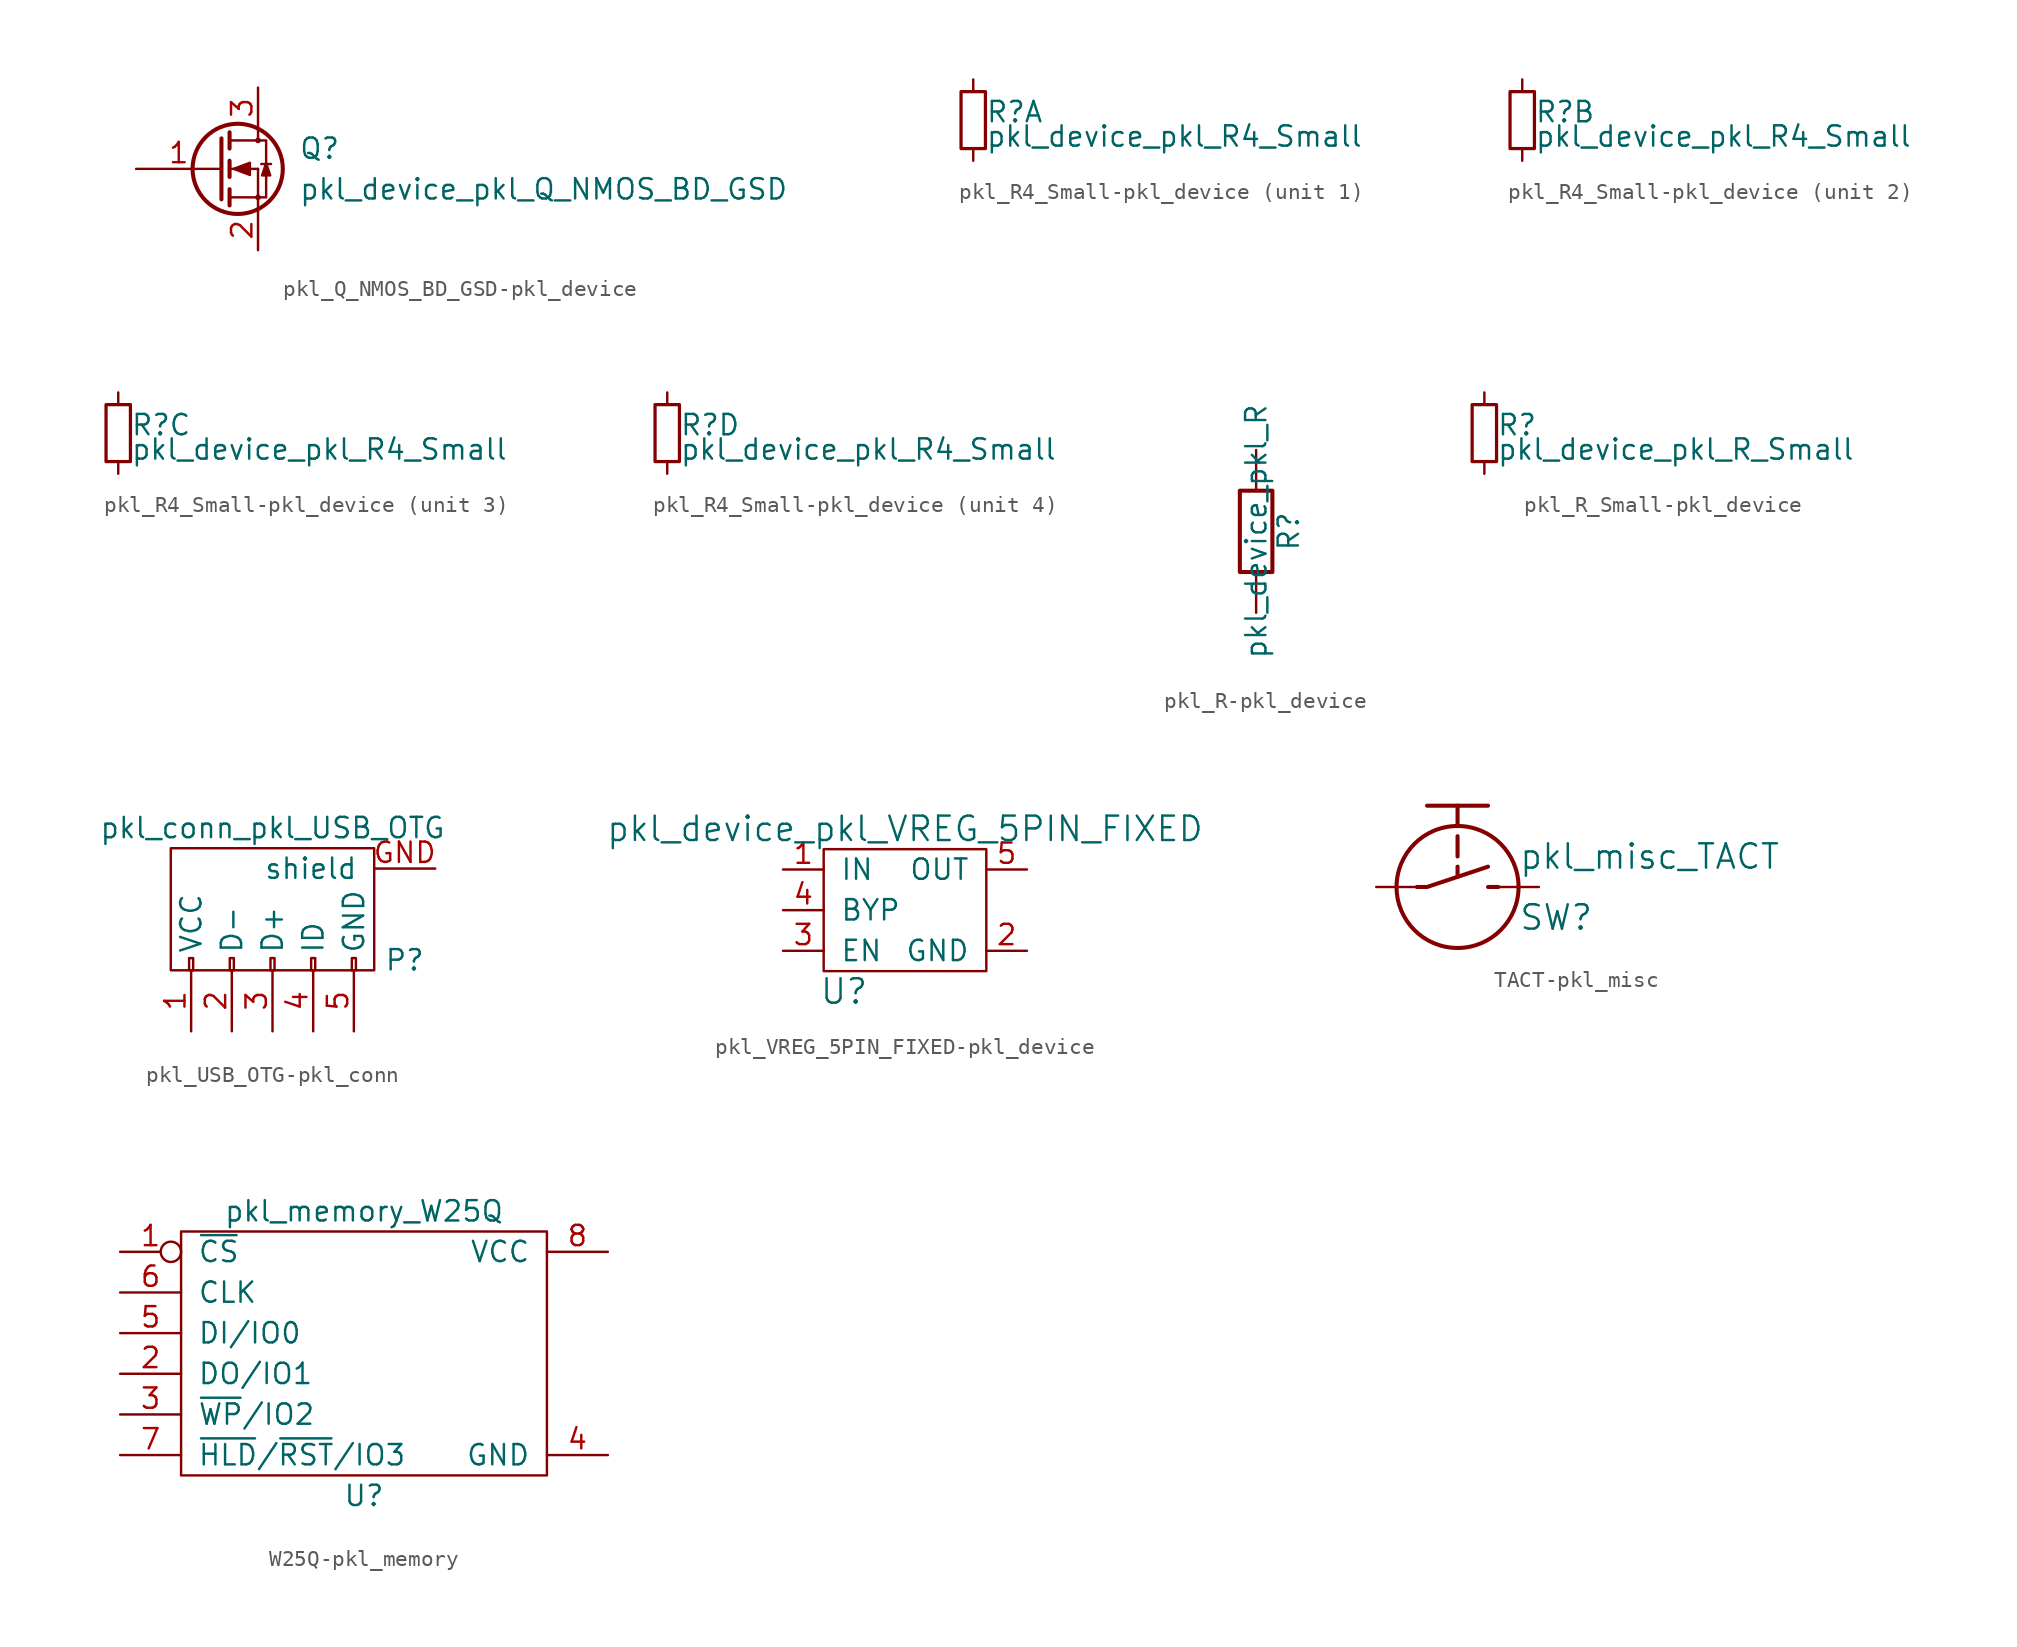
<source format=kicad_sym>
(kicad_symbol_lib
  (version 20231120)
  (generator "kicad_symbol_editor")
  (generator_version "8.0")
  (symbol "pkl_Q_NMOS_BD_GSD-pkl_device"
    (pin_names
      (offset 0) hide)
    (property "Reference" "Q"
      (at 5.08 1.27 0)
      (effects (font (size 1.27 1.27)) (justify left)))
    (property "Value" "pkl_device_pkl_Q_NMOS_BD_GSD"
      (at 5.08 -1.27 0)
      (effects (font (size 1.27 1.27)) (justify left)))
    (property "Footprint" ""
      (at 5.08 2.54 0)
      (effects (font (size 0.737 0.737))))
    (property "Datasheet" ""
      (at 0 0 0)
      (effects (font (size 1.524 1.524))))
    (symbol "pkl_Q_NMOS_BD_GSD-pkl_device_0_1"
      (polyline (pts (xy 0.762 -1.778) (xy 2.54 -1.778)) (stroke (width 0) (type solid)) (fill (type none)))
      (polyline (pts (xy 0.762 -1.27) (xy 0.762 -2.286)) (stroke (width 0.254) (type solid)) (fill (type none)))
      (polyline (pts (xy 0.762 0) (xy 2.54 0)) (stroke (width 0) (type solid)) (fill (type none)))
      (polyline (pts (xy 0.762 0.508) (xy 0.762 -0.508)) (stroke (width 0.254) (type solid)) (fill (type none)))
      (polyline (pts (xy 0.762 1.778) (xy 2.54 1.778)) (stroke (width 0) (type solid)) (fill (type none)))
      (polyline (pts (xy 0.762 2.286) (xy 0.762 1.27)) (stroke (width 0.254) (type solid)) (fill (type none)))
      (polyline (pts (xy 2.54 -1.778) (xy 2.54 -2.54)) (stroke (width 0) (type solid)) (fill (type none)))
      (polyline (pts (xy 2.54 -1.778) (xy 2.54 0)) (stroke (width 0) (type solid)) (fill (type none)))
      (polyline (pts (xy 2.54 2.54) (xy 2.54 1.778)) (stroke (width 0) (type solid)) (fill (type none)))
      (polyline (pts (xy 2.743 0.305) (xy 3.353 0.305)) (stroke (width 0) (type solid)) (fill (type none)))
      (polyline (pts (xy 0.254 1.905) (xy 0.254 -1.905) (xy 0.254 -1.905)) (stroke (width 0.254) (type solid)) (fill (type none)))
      (polyline (pts (xy 1.016 0) (xy 2.032 0.381) (xy 2.032 -0.381) (xy 1.016 0)) (stroke (width 0) (type solid)) (fill (type outline)))
      (polyline (pts (xy 2.54 -1.778) (xy 3.048 -1.778) (xy 3.048 1.778) (xy 2.54 1.778)) (stroke (width 0) (type solid)) (fill (type none)))
      (polyline (pts (xy 2.794 -0.406) (xy 3.302 -0.406) (xy 3.048 0.356) (xy 2.794 -0.406)) (stroke (width 0) (type solid)) (fill (type outline)))
      (circle (center 1.27 0) (radius 2.819) (stroke (width 0.254) (type solid)) (fill (type none)))
      (circle (center 2.54 -1.778) (radius 0.102) (stroke (width 0) (type solid)) (fill (type none)))
      (circle (center 2.54 1.778) (radius 0.102) (stroke (width 0) (type solid)) (fill (type none))))
    (symbol "pkl_Q_NMOS_BD_GSD-pkl_device_1_1"
      (pin input line (at -5.08 0 0) (length 5.334) (name "G" (effects (font (size 1.27 1.27)))) (number "1" (effects (font (size 1.27 1.27)))))
      (pin open_emitter line (at 2.54 -5.08 90) (length 2.54) (name "S" (effects (font (size 1.27 1.27)))) (number "2" (effects (font (size 1.27 1.27)))))
      (pin open_collector line (at 2.54 5.08 270) (length 2.54) (name "D" (effects (font (size 1.27 1.27)))) (number "3" (effects (font (size 1.27 1.27)))))))
  (symbol "pkl_R4_Small-pkl_device"
    (pin_numbers hide)
    (pin_names
      (offset 0.254) hide)
    (property "Reference" "R"
      (at 0.762 0.508 0)
      (effects (font (size 1.27 1.27)) (justify left)))
    (property "Value" "pkl_device_pkl_R4_Small"
      (at 0.762 -1.016 0)
      (effects (font (size 1.27 1.27)) (justify left)))
    (property "Footprint" ""
      (at 0 0 0)
      (effects (font (size 1.524 1.524))))
    (property "Datasheet" ""
      (at 0 0 0)
      (effects (font (size 1.524 1.524))))
    (symbol "pkl_R4_Small-pkl_device_0_1"
      (rectangle (start -0.762 1.778) (end 0.762 -1.778) (stroke (width 0.203) (type solid)) (fill (type none))))
    (symbol "pkl_R4_Small-pkl_device_1_1"
      (pin passive line (at 0 2.54 270) (length 0.762) (name "~" (effects (font (size 1.016 1.016)))) (number "1" (effects (font (size 1.016 1.016)))))
      (pin passive line (at 0 -2.54 90) (length 0.762) (name "~" (effects (font (size 1.016 1.016)))) (number "2" (effects (font (size 1.016 1.016))))))
    (symbol "pkl_R4_Small-pkl_device_2_1"
      (pin passive line (at 0 2.54 270) (length 0.762) (name "~" (effects (font (size 1.016 1.016)))) (number "3" (effects (font (size 1.016 1.016)))))
      (pin passive line (at 0 -2.54 90) (length 0.762) (name "~" (effects (font (size 1.016 1.016)))) (number "4" (effects (font (size 1.016 1.016))))))
    (symbol "pkl_R4_Small-pkl_device_3_1"
      (pin passive line (at 0 2.54 270) (length 0.762) (name "~" (effects (font (size 1.016 1.016)))) (number "5" (effects (font (size 1.016 1.016)))))
      (pin passive line (at 0 -2.54 90) (length 0.762) (name "~" (effects (font (size 1.016 1.016)))) (number "6" (effects (font (size 1.016 1.016))))))
    (symbol "pkl_R4_Small-pkl_device_4_1"
      (pin passive line (at 0 2.54 270) (length 0.762) (name "~" (effects (font (size 1.016 1.016)))) (number "7" (effects (font (size 1.016 1.016)))))
      (pin passive line (at 0 -2.54 90) (length 0.762) (name "~" (effects (font (size 1.016 1.016)))) (number "8" (effects (font (size 1.016 1.016)))))))
  (symbol "pkl_R-pkl_device"
    (pin_numbers hide)
    (pin_names
      (offset 0))
    (property "Reference" "R"
      (at 2.032 0 90)
      (effects (font (size 1.27 1.27))))
    (property "Value" "pkl_device_pkl_R"
      (at 0 0 90)
      (effects (font (size 1.27 1.27))))
    (property "Footprint" ""
      (at -1.778 0 90)
      (effects (font (size 0.762 0.762))))
    (property "Datasheet" ""
      (at 0 0 0)
      (effects (font (size 0.762 0.762))))
    (symbol "pkl_R-pkl_device_0_1"
      (rectangle (start -1.016 -2.54) (end 1.016 2.54) (stroke (width 0.254) (type solid)) (fill (type none))))
    (symbol "pkl_R-pkl_device_1_1"
      (pin passive line (at 0 5.08 270) (length 2.54) (name "~" (effects (font (size 1.524 1.524)))) (number "1" (effects (font (size 1.524 1.524)))))
      (pin passive line (at 0 -5.08 90) (length 2.54) (name "~" (effects (font (size 1.524 1.524)))) (number "2" (effects (font (size 1.524 1.524)))))))
  (symbol "pkl_R_Small-pkl_device"
    (pin_numbers hide)
    (pin_names
      (offset 0.254) hide)
    (property "Reference" "R"
      (at 0.762 0.508 0)
      (effects (font (size 1.27 1.27)) (justify left)))
    (property "Value" "pkl_device_pkl_R_Small"
      (at 0.762 -1.016 0)
      (effects (font (size 1.27 1.27)) (justify left)))
    (property "Footprint" ""
      (at 0 0 0)
      (effects (font (size 1.524 1.524))))
    (property "Datasheet" ""
      (at 0 0 0)
      (effects (font (size 1.524 1.524))))
    (symbol "pkl_R_Small-pkl_device_0_1"
      (rectangle (start -0.762 1.778) (end 0.762 -1.778) (stroke (width 0.203) (type solid)) (fill (type none))))
    (symbol "pkl_R_Small-pkl_device_1_1"
      (pin passive line (at 0 2.54 270) (length 0.762) (name "~" (effects (font (size 1.016 1.016)))) (number "1" (effects (font (size 1.016 1.016)))))
      (pin passive line (at 0 -2.54 90) (length 0.762) (name "~" (effects (font (size 1.016 1.016)))) (number "2" (effects (font (size 1.016 1.016)))))))
  (symbol "pkl_USB_OTG-pkl_conn"
    (pin_names
      (offset 1.016))
    (property "Reference" "P"
      (at 8.255 -3.175 0)
      (effects (font (size 1.27 1.27))))
    (property "Value" "pkl_conn_pkl_USB_OTG"
      (at 0 5.08 0)
      (effects (font (size 1.27 1.27))))
    (property "Footprint" ""
      (at -1.27 -2.54 90)
      (effects (font (size 1.524 1.524))))
    (property "Datasheet" ""
      (at -1.27 -2.54 90)
      (effects (font (size 1.524 1.524))))
    (symbol "pkl_USB_OTG-pkl_conn_0_1"
      (rectangle (start -6.35 -3.81) (end 6.35 3.81) (stroke (width 0) (type solid)) (fill (type none)))
      (rectangle (start -5.207 -3.81) (end -4.953 -3.048) (stroke (width 0) (type solid)) (fill (type none)))
      (rectangle (start -2.667 -3.81) (end -2.413 -3.048) (stroke (width 0) (type solid)) (fill (type none)))
      (rectangle (start -0.127 -3.81) (end 0.127 -3.048) (stroke (width 0) (type solid)) (fill (type none)))
      (rectangle (start 2.413 -3.81) (end 2.667 -3.048) (stroke (width 0) (type solid)) (fill (type none)))
      (rectangle (start 4.953 -3.81) (end 5.207 -3.048) (stroke (width 0) (type solid)) (fill (type none))))
    (symbol "pkl_USB_OTG-pkl_conn_1_1"
      (pin power_out line (at -5.08 -7.62 90) (length 3.81) (name "VCC" (effects (font (size 1.27 1.27)))) (number "1" (effects (font (size 1.27 1.27)))))
      (pin passive line (at -2.54 -7.62 90) (length 3.81) (name "D-" (effects (font (size 1.27 1.27)))) (number "2" (effects (font (size 1.27 1.27)))))
      (pin passive line (at 0 -7.62 90) (length 3.81) (name "D+" (effects (font (size 1.27 1.27)))) (number "3" (effects (font (size 1.27 1.27)))))
      (pin power_in line (at 2.54 -7.62 90) (length 3.81) (name "ID" (effects (font (size 1.27 1.27)))) (number "4" (effects (font (size 1.27 1.27)))))
      (pin power_in line (at 5.08 -7.62 90) (length 3.81) (name "GND" (effects (font (size 1.27 1.27)))) (number "5" (effects (font (size 1.27 1.27)))))
      (pin passive line (at 10.16 2.54 180) (length 3.81) (name "shield" (effects (font (size 1.27 1.27)))) (number "GND" (effects (font (size 1.27 1.27)))))))
  (symbol "pkl_VREG_5PIN_FIXED-pkl_device"
    (pin_names
      (offset 1.016))
    (property "Reference" "U"
      (at -3.81 -5.08 0)
      (effects (font (size 1.524 1.524))))
    (property "Value" "pkl_device_pkl_VREG_5PIN_FIXED"
      (at 0 5.08 0)
      (effects (font (size 1.524 1.524))))
    (property "Footprint" ""
      (at 0 0 0)
      (effects (font (size 1.524 1.524))))
    (property "Datasheet" ""
      (at 0 0 0)
      (effects (font (size 1.524 1.524))))
    (symbol "pkl_VREG_5PIN_FIXED-pkl_device_0_1"
      (rectangle (start -5.08 3.81) (end 5.08 -3.81) (stroke (width 0) (type solid)) (fill (type none))))
    (symbol "pkl_VREG_5PIN_FIXED-pkl_device_1_1"
      (pin power_in line (at -7.62 2.54 0) (length 2.54) (name "IN" (effects (font (size 1.27 1.27)))) (number "1" (effects (font (size 1.27 1.27)))))
      (pin power_in line (at 7.62 -2.54 180) (length 2.54) (name "GND" (effects (font (size 1.27 1.27)))) (number "2" (effects (font (size 1.27 1.27)))))
      (pin input line (at -7.62 -2.54 0) (length 2.54) (name "EN" (effects (font (size 1.27 1.27)))) (number "3" (effects (font (size 1.27 1.27)))))
      (pin power_out line (at -7.62 0 0) (length 2.54) (name "BYP" (effects (font (size 1.27 1.27)))) (number "4" (effects (font (size 1.27 1.27)))))
      (pin power_out line (at 7.62 2.54 180) (length 2.54) (name "OUT" (effects (font (size 1.27 1.27)))) (number "5" (effects (font (size 1.27 1.27)))))))
  (symbol "TACT-pkl_misc"
    (pin_numbers hide)
    (pin_names
      (offset 1.016) hide)
    (property "Reference" "SW"
      (at 3.81 -1.905 0)
      (effects (font (size 1.524 1.524)) (justify left)))
    (property "Value" "pkl_misc_TACT"
      (at 3.81 1.905 0)
      (effects (font (size 1.524 1.524)) (justify left)))
    (property "Footprint" ""
      (at 0 -0.635 0)
      (effects (font (size 1.524 1.524))))
    (property "Datasheet" ""
      (at 0 -0.635 0)
      (effects (font (size 1.524 1.524))))
    (symbol "TACT-pkl_misc_0_1"
      (polyline (pts (xy -1.905 5.08) (xy 1.905 5.08)) (stroke (width 0.254) (type solid)) (fill (type none)))
      (polyline (pts (xy 0 0.635) (xy 0 1.27)) (stroke (width 0.254) (type solid)) (fill (type none)))
      (polyline (pts (xy 0 1.905) (xy 0 3.175)) (stroke (width 0.254) (type solid)) (fill (type none)))
      (polyline (pts (xy 0 3.81) (xy 0 5.08)) (stroke (width 0.254) (type solid)) (fill (type none)))
      (polyline (pts (xy 2.54 0) (xy 1.905 0)) (stroke (width 0.254) (type solid)) (fill (type none)))
      (polyline (pts (xy -2.54 0) (xy -1.905 0) (xy 1.905 1.27)) (stroke (width 0.254) (type solid)) (fill (type none)))
      (circle (center 0 0) (radius 3.81) (stroke (width 0.254) (type solid)) (fill (type none))))
    (symbol "TACT-pkl_misc_1_1"
      (pin passive line (at -5.08 0 0) (length 2.54) (name "~" (effects (font (size 1.27 1.27)))) (number "1" (effects (font (size 1.27 1.27)))))
      (pin passive line (at 5.08 0 180) (length 2.54) (name "~" (effects (font (size 1.27 1.27)))) (number "2" (effects (font (size 1.27 1.27)))))))
  (symbol "W25Q-pkl_memory"
    (pin_names
      (offset 1.016))
    (property "Reference" "U"
      (at 0 -10.16 0)
      (effects (font (size 1.27 1.27))))
    (property "Value" "pkl_memory_W25Q"
      (at 0 7.62 0)
      (effects (font (size 1.27 1.27))))
    (symbol "W25Q-pkl_memory_1_1"
      (rectangle (start -11.43 -8.89) (end 11.43 6.35) (stroke (width 0) (type solid)) (fill (type none)))
      (pin passive inverted (at -15.24 5.08 0) (length 3.81) (name "~{CS}" (effects (font (size 1.27 1.27)))) (number "1" (effects (font (size 1.27 1.27)))))
      (pin passive line (at -15.24 -2.54 0) (length 3.81) (name "DO/IO1" (effects (font (size 1.27 1.27)))) (number "2" (effects (font (size 1.27 1.27)))))
      (pin passive line (at -15.24 -5.08 0) (length 3.81) (name "~{WP}/IO2" (effects (font (size 1.27 1.27)))) (number "3" (effects (font (size 1.27 1.27)))))
      (pin passive line (at 15.24 -7.62 180) (length 3.81) (name "GND" (effects (font (size 1.27 1.27)))) (number "4" (effects (font (size 1.27 1.27)))))
      (pin passive line (at -15.24 0 0) (length 3.81) (name "DI/IO0" (effects (font (size 1.27 1.27)))) (number "5" (effects (font (size 1.27 1.27)))))
      (pin passive line (at -15.24 2.54 0) (length 3.81) (name "CLK" (effects (font (size 1.27 1.27)))) (number "6" (effects (font (size 1.27 1.27)))))
      (pin passive line (at -15.24 -7.62 0) (length 3.81) (name "~{HLD}/~{RST}/IO3" (effects (font (size 1.27 1.27)))) (number "7" (effects (font (size 1.27 1.27)))))
      (pin passive line (at 15.24 5.08 180) (length 3.81) (name "VCC" (effects (font (size 1.27 1.27)))) (number "8" (effects (font (size 1.27 1.27))))))))
</source>
